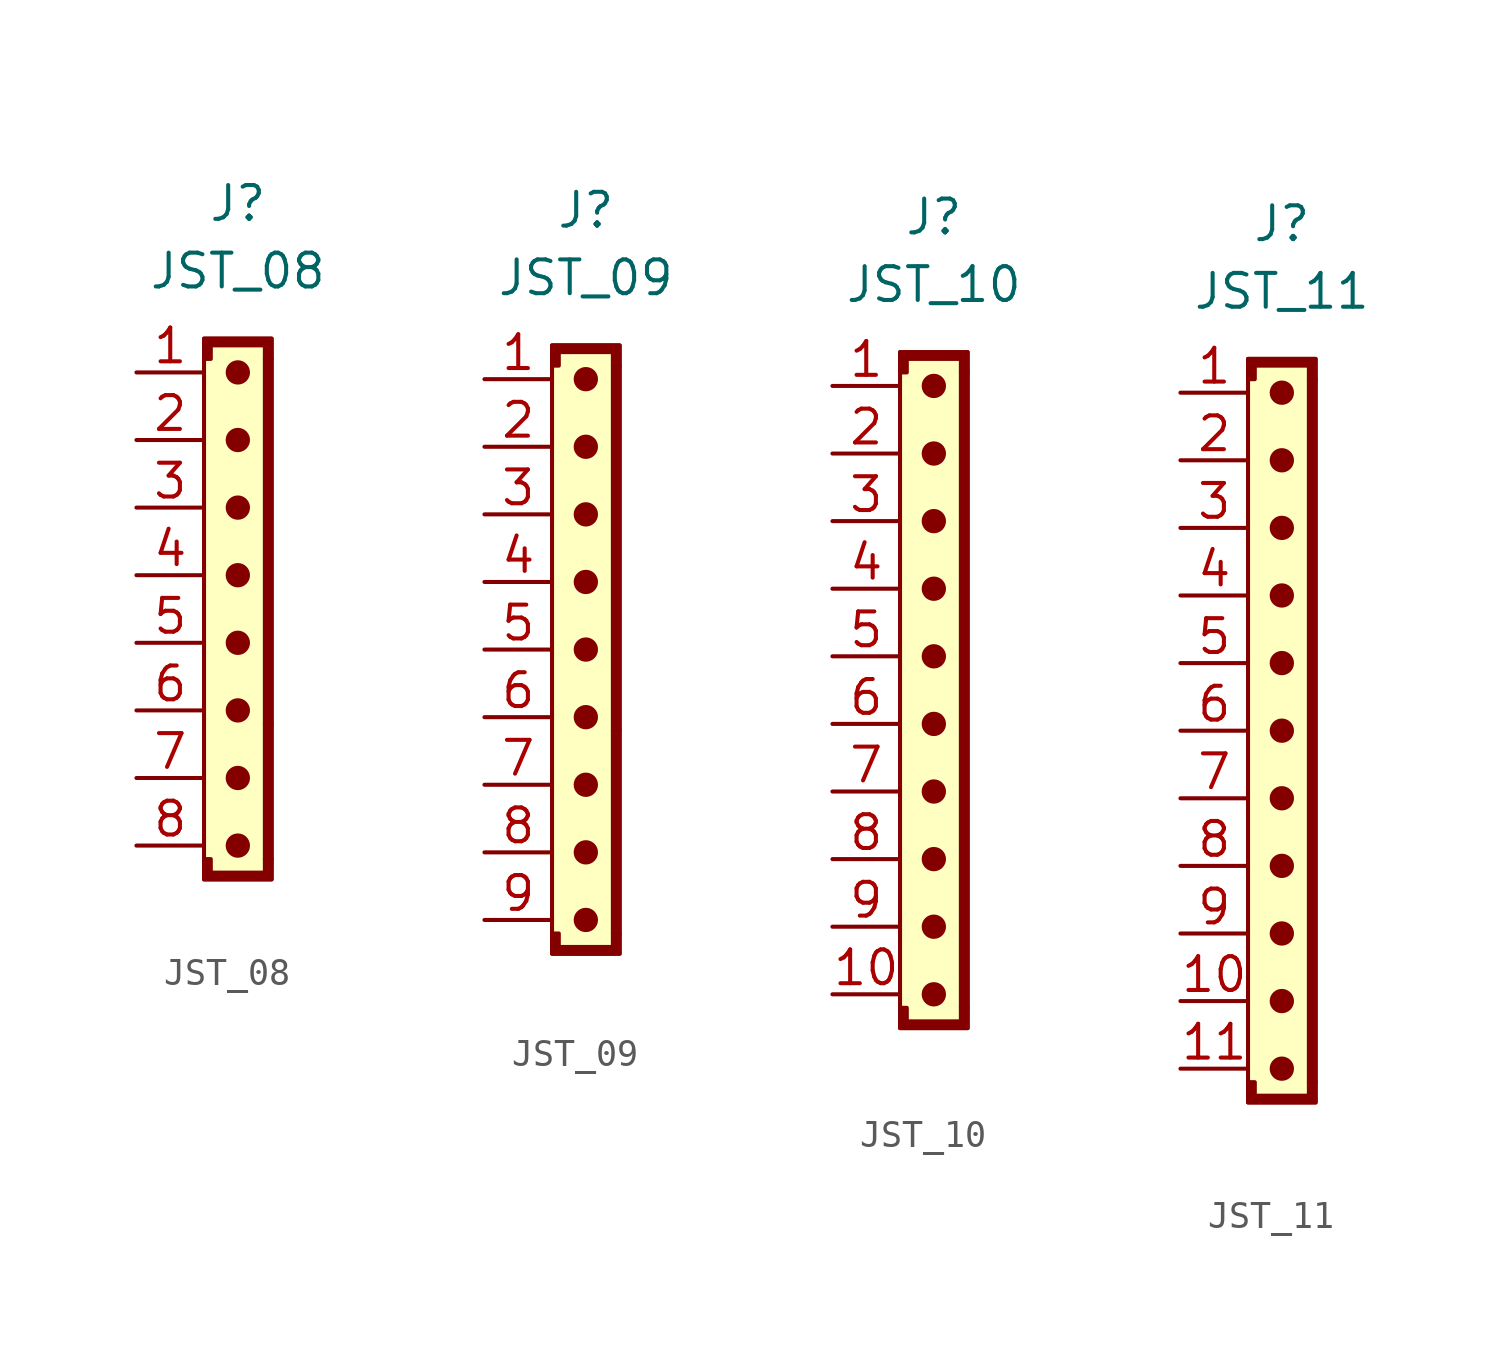
<source format=kicad_sym>
(kicad_symbol_lib
  (version 20211014)
  (generator kicad_symbol_editor)
  (symbol "JST_08"
    (property "Reference" "J"
      (at 0 15.24 0)
      (effects (font (size 1.27 1.27))))
    (property "Value" "JST_08"
      (at 0 12.7 0)
      (effects (font (size 1.27 1.27))))
    (symbol "JST_08_0_1"
      (rectangle (start -1.27 10.16) (end 1.27 -10.16) (stroke (width 0) (type default) (color 0 0 0 0)) (fill (type background)))
      (circle (center 0 -8.89) (radius 0.381) (stroke (width 0) (type default) (color 0 0 0 0)) (fill (type outline)))
      (circle (center 0 -6.35) (radius 0.381) (stroke (width 0) (type default) (color 0 0 0 0)) (fill (type outline)))
      (circle (center 0 -3.81) (radius 0.381) (stroke (width 0) (type default) (color 0 0 0 0)) (fill (type outline)))
      (circle (center 0 -1.27) (radius 0.381) (stroke (width 0) (type default) (color 0 0 0 0)) (fill (type outline)))
      (polyline (pts (xy -1.27 -9.398) (xy -1.27 -10.16) (xy 1.27 -10.16) (xy 1.27 -9.398) (xy 1.016 -9.398) (xy 1.016 -9.906) (xy -1.016 -9.906) (xy -1.016 -9.398) (xy -1.27 -9.398)) (stroke (width 0) (type default) (color 0 0 0 0)) (fill (type outline)))
      (polyline (pts (xy 1.27 9.398) (xy 1.27 10.16) (xy -1.27 10.16) (xy -1.27 9.398) (xy -1.016 9.398) (xy -1.016 9.906) (xy 1.016 9.906) (xy 1.016 9.398) (xy 1.27 9.398)) (stroke (width 0) (type default) (color 0 0 0 0)) (fill (type outline)))
      (circle (center 0 1.27) (radius 0.381) (stroke (width 0) (type default) (color 0 0 0 0)) (fill (type outline)))
      (circle (center 0 3.81) (radius 0.381) (stroke (width 0) (type default) (color 0 0 0 0)) (fill (type outline)))
      (circle (center 0 6.35) (radius 0.381) (stroke (width 0) (type default) (color 0 0 0 0)) (fill (type outline)))
      (circle (center 0 8.89) (radius 0.381) (stroke (width 0) (type default) (color 0 0 0 0)) (fill (type outline)))
      (rectangle (start 1.016 -4.318) (end 1.27 -4.318) (stroke (width 0) (type default) (color 0 0 0 0)) (fill (type none)))
      (rectangle (start 1.016 9.398) (end 1.27 -9.398) (stroke (width 0) (type default) (color 0 0 0 0)) (fill (type outline))))
    (symbol "JST_08_1_1"
      (pin passive line (at -3.81 8.89 0) (length 2.54) (name "" (effects (font (size 1.27 1.27)))) (number "1" (effects (font (size 1.27 1.27)))))
      (pin passive line (at -3.81 6.35 0) (length 2.54) (name "" (effects (font (size 1.27 1.27)))) (number "2" (effects (font (size 1.27 1.27)))))
      (pin passive line (at -3.81 3.81 0) (length 2.54) (name "" (effects (font (size 1.27 1.27)))) (number "3" (effects (font (size 1.27 1.27)))))
      (pin passive line (at -3.81 1.27 0) (length 2.54) (name "" (effects (font (size 1.27 1.27)))) (number "4" (effects (font (size 1.27 1.27)))))
      (pin passive line (at -3.81 -1.27 0) (length 2.54) (name "" (effects (font (size 1.27 1.27)))) (number "5" (effects (font (size 1.27 1.27)))))
      (pin passive line (at -3.81 -3.81 0) (length 2.54) (name "" (effects (font (size 1.27 1.27)))) (number "6" (effects (font (size 1.27 1.27)))))
      (pin passive line (at -3.81 -6.35 0) (length 2.54) (name "" (effects (font (size 1.27 1.27)))) (number "7" (effects (font (size 1.27 1.27)))))
      (pin passive line (at -3.81 -8.89 0) (length 2.54) (name "" (effects (font (size 1.27 1.27)))) (number "8" (effects (font (size 1.27 1.27)))))))
  (symbol "JST_09"
    (property "Reference" "J"
      (at 0 16.51 0)
      (effects (font (size 1.27 1.27))))
    (property "Value" "JST_09"
      (at 0 13.97 0)
      (effects (font (size 1.27 1.27))))
    (symbol "JST_09_0_1"
      (rectangle (start -1.27 11.43) (end 1.27 -11.43) (stroke (width 0) (type default) (color 0 0 0 0)) (fill (type background)))
      (circle (center 0 -10.16) (radius 0.381) (stroke (width 0) (type default) (color 0 0 0 0)) (fill (type outline)))
      (circle (center 0 -7.62) (radius 0.381) (stroke (width 0) (type default) (color 0 0 0 0)) (fill (type outline)))
      (circle (center 0 -5.08) (radius 0.381) (stroke (width 0) (type default) (color 0 0 0 0)) (fill (type outline)))
      (circle (center 0 -2.54) (radius 0.381) (stroke (width 0) (type default) (color 0 0 0 0)) (fill (type outline)))
      (polyline (pts (xy -1.27 -10.668) (xy -1.27 -11.43) (xy 1.27 -11.43) (xy 1.27 -10.668) (xy 1.016 -10.668) (xy 1.016 -11.176) (xy -1.016 -11.176) (xy -1.016 -10.668) (xy -1.27 -10.668)) (stroke (width 0) (type default) (color 0 0 0 0)) (fill (type outline)))
      (polyline (pts (xy 1.27 10.668) (xy 1.27 11.43) (xy -1.27 11.43) (xy -1.27 10.668) (xy -1.016 10.668) (xy -1.016 11.176) (xy 1.016 11.176) (xy 1.016 10.668) (xy 1.27 10.668)) (stroke (width 0) (type default) (color 0 0 0 0)) (fill (type outline)))
      (circle (center 0 0) (radius 0.381) (stroke (width 0) (type default) (color 0 0 0 0)) (fill (type outline)))
      (circle (center 0 2.54) (radius 0.381) (stroke (width 0) (type default) (color 0 0 0 0)) (fill (type outline)))
      (circle (center 0 5.08) (radius 0.381) (stroke (width 0) (type default) (color 0 0 0 0)) (fill (type outline)))
      (circle (center 0 7.62) (radius 0.381) (stroke (width 0) (type default) (color 0 0 0 0)) (fill (type outline)))
      (circle (center 0 10.16) (radius 0.381) (stroke (width 0) (type default) (color 0 0 0 0)) (fill (type outline)))
      (rectangle (start 1.016 -3.048) (end 1.27 -3.048) (stroke (width 0) (type default) (color 0 0 0 0)) (fill (type none)))
      (rectangle (start 1.016 10.668) (end 1.27 -10.668) (stroke (width 0) (type default) (color 0 0 0 0)) (fill (type outline))))
    (symbol "JST_09_1_1"
      (pin passive line (at -3.81 10.16 0) (length 2.54) (name "" (effects (font (size 1.27 1.27)))) (number "1" (effects (font (size 1.27 1.27)))))
      (pin passive line (at -3.81 7.62 0) (length 2.54) (name "" (effects (font (size 1.27 1.27)))) (number "2" (effects (font (size 1.27 1.27)))))
      (pin passive line (at -3.81 5.08 0) (length 2.54) (name "" (effects (font (size 1.27 1.27)))) (number "3" (effects (font (size 1.27 1.27)))))
      (pin passive line (at -3.81 2.54 0) (length 2.54) (name "" (effects (font (size 1.27 1.27)))) (number "4" (effects (font (size 1.27 1.27)))))
      (pin passive line (at -3.81 0 0) (length 2.54) (name "" (effects (font (size 1.27 1.27)))) (number "5" (effects (font (size 1.27 1.27)))))
      (pin passive line (at -3.81 -2.54 0) (length 2.54) (name "" (effects (font (size 1.27 1.27)))) (number "6" (effects (font (size 1.27 1.27)))))
      (pin passive line (at -3.81 -5.08 0) (length 2.54) (name "" (effects (font (size 1.27 1.27)))) (number "7" (effects (font (size 1.27 1.27)))))
      (pin passive line (at -3.81 -7.62 0) (length 2.54) (name "" (effects (font (size 1.27 1.27)))) (number "8" (effects (font (size 1.27 1.27)))))
      (pin passive line (at -3.81 -10.16 0) (length 2.54) (name "" (effects (font (size 1.27 1.27)))) (number "9" (effects (font (size 1.27 1.27)))))))
  (symbol "JST_10"
    (property "Reference" "J"
      (at 0 18.034 0)
      (effects (font (size 1.27 1.27))))
    (property "Value" "JST_10"
      (at 0 15.494 0)
      (effects (font (size 1.27 1.27))))
    (symbol "JST_10_0_1"
      (rectangle (start -1.27 12.954) (end 1.27 -12.446) (stroke (width 0) (type default) (color 0 0 0 0)) (fill (type background)))
      (circle (center 0 -11.176) (radius 0.381) (stroke (width 0) (type default) (color 0 0 0 0)) (fill (type outline)))
      (circle (center 0 -8.636) (radius 0.381) (stroke (width 0) (type default) (color 0 0 0 0)) (fill (type outline)))
      (circle (center 0 -6.096) (radius 0.381) (stroke (width 0) (type default) (color 0 0 0 0)) (fill (type outline)))
      (circle (center 0 -3.556) (radius 0.381) (stroke (width 0) (type default) (color 0 0 0 0)) (fill (type outline)))
      (circle (center 0 -1.016) (radius 0.381) (stroke (width 0) (type default) (color 0 0 0 0)) (fill (type outline)))
      (polyline (pts (xy -1.27 -11.684) (xy -1.27 -12.446) (xy 1.27 -12.446) (xy 1.27 -11.684) (xy 1.016 -11.684) (xy 1.016 -12.192) (xy -1.016 -12.192) (xy -1.016 -11.684) (xy -1.27 -11.684)) (stroke (width 0) (type default) (color 0 0 0 0)) (fill (type outline)))
      (polyline (pts (xy 1.27 12.192) (xy 1.27 12.954) (xy -1.27 12.954) (xy -1.27 12.192) (xy -1.016 12.192) (xy -1.016 12.7) (xy 1.016 12.7) (xy 1.016 12.192) (xy 1.27 12.192)) (stroke (width 0) (type default) (color 0 0 0 0)) (fill (type outline)))
      (circle (center 0 1.524) (radius 0.381) (stroke (width 0) (type default) (color 0 0 0 0)) (fill (type outline)))
      (circle (center 0 4.064) (radius 0.381) (stroke (width 0) (type default) (color 0 0 0 0)) (fill (type outline)))
      (circle (center 0 6.604) (radius 0.381) (stroke (width 0) (type default) (color 0 0 0 0)) (fill (type outline)))
      (circle (center 0 9.144) (radius 0.381) (stroke (width 0) (type default) (color 0 0 0 0)) (fill (type outline)))
      (circle (center 0 11.684) (radius 0.381) (stroke (width 0) (type default) (color 0 0 0 0)) (fill (type outline)))
      (rectangle (start 1.016 12.192) (end 1.27 -11.684) (stroke (width 0) (type default) (color 0 0 0 0)) (fill (type outline))))
    (symbol "JST_10_1_1"
      (pin passive line (at -3.81 11.684 0) (length 2.54) (name "" (effects (font (size 1.27 1.27)))) (number "1" (effects (font (size 1.27 1.27)))))
      (pin passive line (at -3.81 -11.176 0) (length 2.54) (name "" (effects (font (size 1.27 1.27)))) (number "10" (effects (font (size 1.27 1.27)))))
      (pin passive line (at -3.81 9.144 0) (length 2.54) (name "" (effects (font (size 1.27 1.27)))) (number "2" (effects (font (size 1.27 1.27)))))
      (pin passive line (at -3.81 6.604 0) (length 2.54) (name "" (effects (font (size 1.27 1.27)))) (number "3" (effects (font (size 1.27 1.27)))))
      (pin passive line (at -3.81 4.064 0) (length 2.54) (name "" (effects (font (size 1.27 1.27)))) (number "4" (effects (font (size 1.27 1.27)))))
      (pin passive line (at -3.81 1.524 0) (length 2.54) (name "" (effects (font (size 1.27 1.27)))) (number "5" (effects (font (size 1.27 1.27)))))
      (pin passive line (at -3.81 -1.016 0) (length 2.54) (name "" (effects (font (size 1.27 1.27)))) (number "6" (effects (font (size 1.27 1.27)))))
      (pin passive line (at -3.81 -3.556 0) (length 2.54) (name "" (effects (font (size 1.27 1.27)))) (number "7" (effects (font (size 1.27 1.27)))))
      (pin passive line (at -3.81 -6.096 0) (length 2.54) (name "" (effects (font (size 1.27 1.27)))) (number "8" (effects (font (size 1.27 1.27)))))
      (pin passive line (at -3.81 -8.636 0) (length 2.54) (name "" (effects (font (size 1.27 1.27)))) (number "9" (effects (font (size 1.27 1.27)))))))
  (symbol "JST_11"
    (property "Reference" "J"
      (at 0.254 19.05 0)
      (effects (font (size 1.27 1.27))))
    (property "Value" "JST_11"
      (at 0.254 16.51 0)
      (effects (font (size 1.27 1.27))))
    (symbol "JST_11_0_1"
      (rectangle (start -1.016 13.97) (end 1.524 -13.97) (stroke (width 0) (type default) (color 0 0 0 0)) (fill (type background)))
      (polyline (pts (xy -1.016 -13.208) (xy -1.016 -13.97) (xy 1.524 -13.97) (xy 1.524 -13.208) (xy 1.27 -13.208) (xy 1.27 -13.716) (xy -0.762 -13.716) (xy -0.762 -13.208) (xy -1.016 -13.208)) (stroke (width 0) (type default) (color 0 0 0 0)) (fill (type outline)))
      (polyline (pts (xy 1.524 13.208) (xy 1.524 13.97) (xy -1.016 13.97) (xy -1.016 13.208) (xy -0.762 13.208) (xy -0.762 13.716) (xy 1.27 13.716) (xy 1.27 13.208) (xy 1.524 13.208)) (stroke (width 0) (type default) (color 0 0 0 0)) (fill (type outline)))
      (circle (center 0.254 -12.7) (radius 0.381) (stroke (width 0) (type default) (color 0 0 0 0)) (fill (type outline)))
      (circle (center 0.254 -10.16) (radius 0.381) (stroke (width 0) (type default) (color 0 0 0 0)) (fill (type outline)))
      (circle (center 0.254 -7.62) (radius 0.381) (stroke (width 0) (type default) (color 0 0 0 0)) (fill (type outline)))
      (circle (center 0.254 -5.08) (radius 0.381) (stroke (width 0) (type default) (color 0 0 0 0)) (fill (type outline)))
      (circle (center 0.254 -2.54) (radius 0.381) (stroke (width 0) (type default) (color 0 0 0 0)) (fill (type outline)))
      (circle (center 0.254 0) (radius 0.381) (stroke (width 0) (type default) (color 0 0 0 0)) (fill (type outline)))
      (circle (center 0.254 2.54) (radius 0.381) (stroke (width 0) (type default) (color 0 0 0 0)) (fill (type outline)))
      (circle (center 0.254 5.08) (radius 0.381) (stroke (width 0) (type default) (color 0 0 0 0)) (fill (type outline)))
      (circle (center 0.254 7.62) (radius 0.381) (stroke (width 0) (type default) (color 0 0 0 0)) (fill (type outline)))
      (circle (center 0.254 10.16) (radius 0.381) (stroke (width 0) (type default) (color 0 0 0 0)) (fill (type outline)))
      (circle (center 0.254 12.7) (radius 0.381) (stroke (width 0) (type default) (color 0 0 0 0)) (fill (type outline)))
      (rectangle (start 1.27 13.208) (end 1.524 -13.208) (stroke (width 0) (type default) (color 0 0 0 0)) (fill (type outline))))
    (symbol "JST_11_1_1"
      (pin passive line (at -3.556 12.7 0) (length 2.54) (name "" (effects (font (size 1.27 1.27)))) (number "1" (effects (font (size 1.27 1.27)))))
      (pin passive line (at -3.556 -10.16 0) (length 2.54) (name "" (effects (font (size 1.27 1.27)))) (number "10" (effects (font (size 1.27 1.27)))))
      (pin passive line (at -3.556 -12.7 0) (length 2.54) (name "" (effects (font (size 1.27 1.27)))) (number "11" (effects (font (size 1.27 1.27)))))
      (pin passive line (at -3.556 10.16 0) (length 2.54) (name "" (effects (font (size 1.27 1.27)))) (number "2" (effects (font (size 1.27 1.27)))))
      (pin passive line (at -3.556 7.62 0) (length 2.54) (name "" (effects (font (size 1.27 1.27)))) (number "3" (effects (font (size 1.27 1.27)))))
      (pin passive line (at -3.556 5.08 0) (length 2.54) (name "" (effects (font (size 1.27 1.27)))) (number "4" (effects (font (size 1.27 1.27)))))
      (pin passive line (at -3.556 2.54 0) (length 2.54) (name "" (effects (font (size 1.27 1.27)))) (number "5" (effects (font (size 1.27 1.27)))))
      (pin passive line (at -3.556 0 0) (length 2.54) (name "" (effects (font (size 1.27 1.27)))) (number "6" (effects (font (size 1.27 1.27)))))
      (pin passive line (at -3.556 -2.54 0) (length 2.54) (name "" (effects (font (size 1.27 1.27)))) (number "7" (effects (font (size 1.27 1.27)))))
      (pin passive line (at -3.556 -5.08 0) (length 2.54) (name "" (effects (font (size 1.27 1.27)))) (number "8" (effects (font (size 1.27 1.27)))))
      (pin passive line (at -3.556 -7.62 0) (length 2.54) (name "" (effects (font (size 1.27 1.27)))) (number "9" (effects (font (size 1.27 1.27))))))))
</source>
